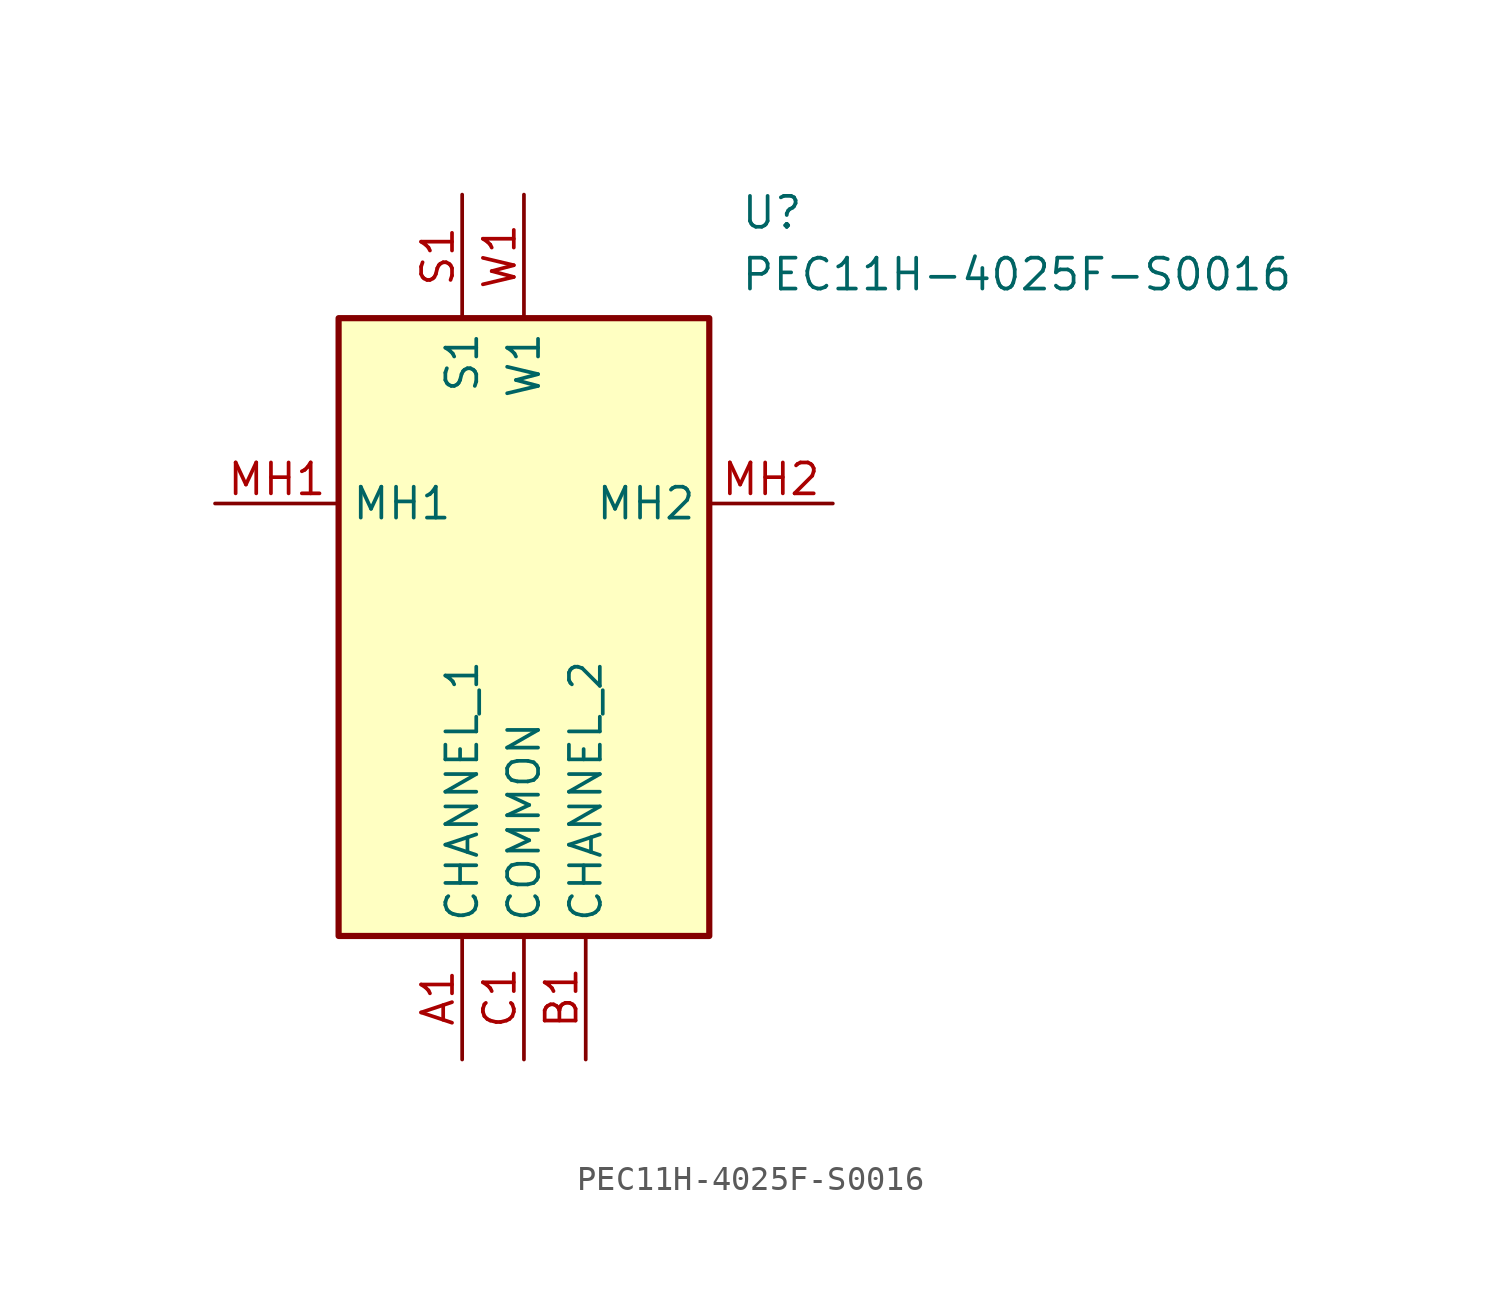
<source format=kicad_sym>
(kicad_symbol_lib
  (version 20211014)
  (generator SamacSys_ECAD_Model)
  (symbol "PEC11H-4025F-S0016"
    (property "Reference" "U"
      (at 21.59 12.7 0)
      (effects (font (size 1.27 1.27)) (justify left top)))
    (property "Value" "PEC11H-4025F-S0016"
      (at 21.59 10.16 0)
      (effects (font (size 1.27 1.27)) (justify left top)))
    (rectangle
      (start 5.08 7.62)
      (end 20.32 -17.78)
      (stroke (width 0.254) (type default))
      (fill (type background)))
    (pin passive line
      (at 10.16 -22.86 90)
      (length 5.08)
      (name "CHANNEL_1" (effects (font (size 1.27 1.27))))
      (number "A1" (effects (font (size 1.27 1.27)))))
    (pin passive line
      (at 15.24 -22.86 90)
      (length 5.08)
      (name "CHANNEL_2" (effects (font (size 1.27 1.27))))
      (number "B1" (effects (font (size 1.27 1.27)))))
    (pin passive line
      (at 12.7 -22.86 90)
      (length 5.08)
      (name "COMMON" (effects (font (size 1.27 1.27))))
      (number "C1" (effects (font (size 1.27 1.27)))))
    (pin passive line
      (at 10.16 12.7 270)
      (length 5.08)
      (name "S1" (effects (font (size 1.27 1.27))))
      (number "S1" (effects (font (size 1.27 1.27)))))
    (pin passive line
      (at 12.7 12.7 270)
      (length 5.08)
      (name "W1" (effects (font (size 1.27 1.27))))
      (number "W1" (effects (font (size 1.27 1.27)))))
    (pin passive line
      (at 0 0 0)
      (length 5.08)
      (name "MH1" (effects (font (size 1.27 1.27))))
      (number "MH1" (effects (font (size 1.27 1.27)))))
    (pin passive line
      (at 25.4 0 180)
      (length 5.08)
      (name "MH2" (effects (font (size 1.27 1.27))))
      (number "MH2" (effects (font (size 1.27 1.27)))))))
</source>
